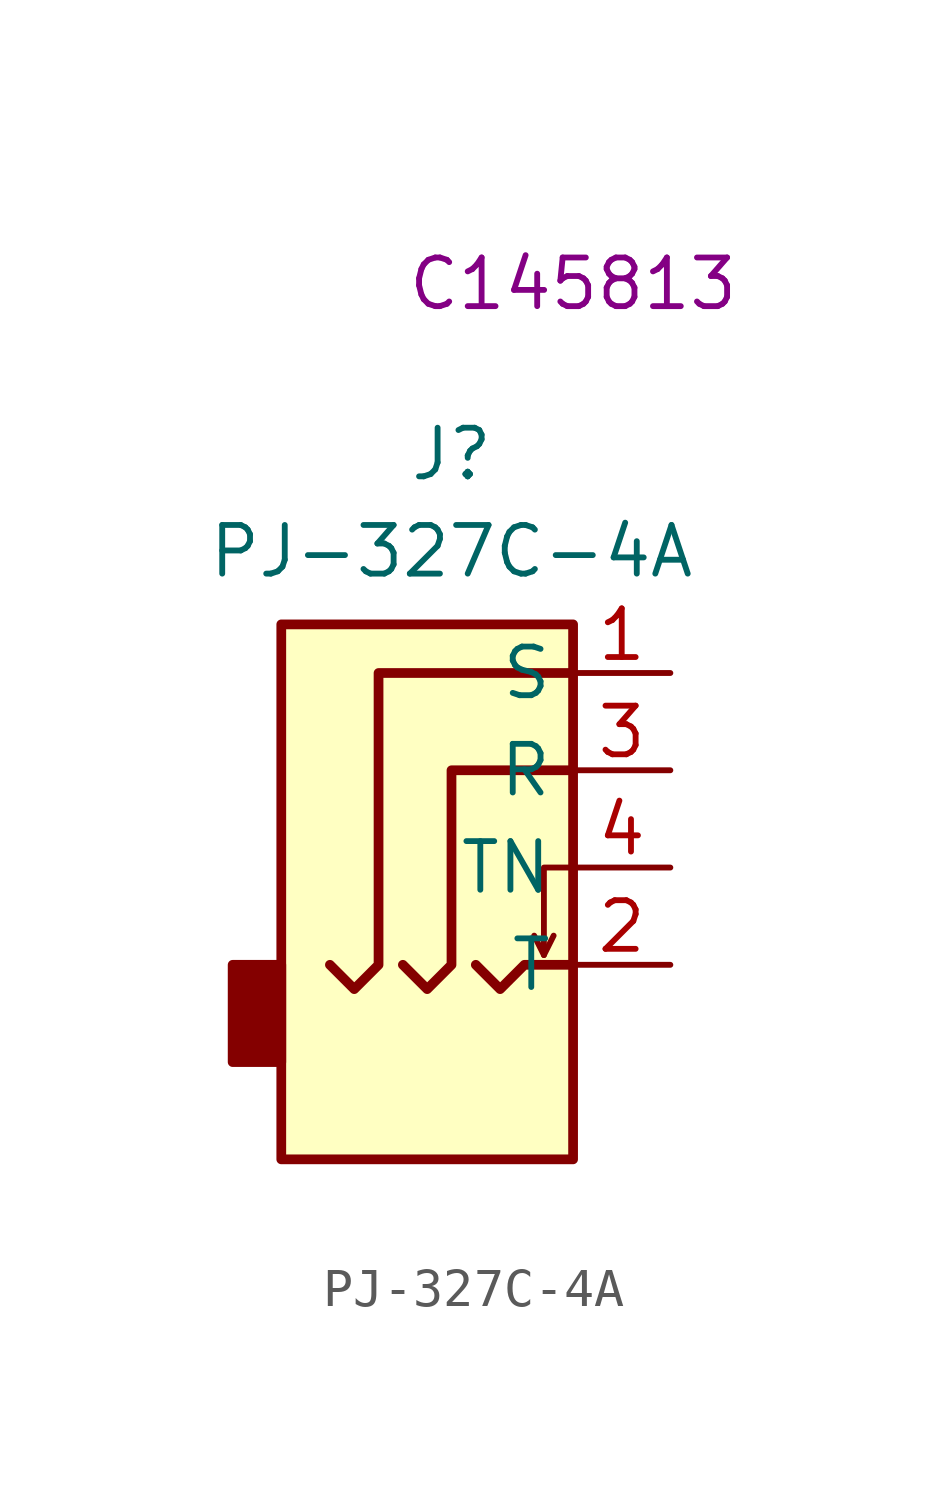
<source format=kicad_sym>
(kicad_symbol_lib
  (version 20211014)
  (generator kicad_symbol_editor)
  (symbol "PJ-327C-4A"
    (property "Reference" "J"
      (at 0 8.89 0)
      (effects (font (size 1.27 1.27))))
    (property "Value" "PJ-327C-4A"
      (at 0 6.35 0)
      (effects (font (size 1.27 1.27))))
    (property "LCSC Part #" "C145813"
      (at 3.175 13.335 0)
      (effects (font (size 1.27 1.27))))
    (symbol "PJ-327C-4A_0_1"
      (rectangle (start -4.445 -4.445) (end -5.715 -6.985) (stroke (width 0.254) (type default) (color 0 0 0 0)) (fill (type outline)))
      (polyline (pts (xy 2.413 -4.191) (xy 2.667 -3.683)) (stroke (width 0) (type default) (color 0 0 0 0)) (fill (type none)))
      (polyline (pts (xy 0.635 -4.445) (xy 1.27 -5.08) (xy 1.905 -4.445) (xy 3.175 -4.445)) (stroke (width 0.254) (type default) (color 0 0 0 0)) (fill (type none)))
      (polyline (pts (xy 3.175 -1.905) (xy 2.413 -1.905) (xy 2.413 -4.191) (xy 2.159 -3.683)) (stroke (width 0) (type default) (color 0 0 0 0)) (fill (type none)))
      (polyline (pts (xy -1.27 -4.445) (xy -0.635 -5.08) (xy 0 -4.445) (xy 0 0.635) (xy 3.175 0.635)) (stroke (width 0.254) (type default) (color 0 0 0 0)) (fill (type none)))
      (polyline (pts (xy 3.175 3.175) (xy -1.905 3.175) (xy -1.905 -4.445) (xy -2.54 -5.08) (xy -3.175 -4.445)) (stroke (width 0.254) (type default) (color 0 0 0 0)) (fill (type none)))
      (rectangle (start 3.175 4.445) (end -4.445 -9.525) (stroke (width 0.254) (type default) (color 0 0 0 0)) (fill (type background))))
    (symbol "PJ-327C-4A_1_1"
      (pin passive line (at 5.715 3.175 180) (length 2.54) (name "S" (effects (font (size 1.27 1.27)))) (number "1" (effects (font (size 1.27 1.27)))))
      (pin passive line (at 5.715 -4.445 180) (length 2.54) (name "T" (effects (font (size 1.27 1.27)))) (number "2" (effects (font (size 1.27 1.27)))))
      (pin passive line (at 5.715 0.635 180) (length 2.54) (name "R" (effects (font (size 1.27 1.27)))) (number "3" (effects (font (size 1.27 1.27)))))
      (pin passive line (at 5.715 -1.905 180) (length 2.54) (name "TN" (effects (font (size 1.27 1.27)))) (number "4" (effects (font (size 1.27 1.27))))))))
</source>
